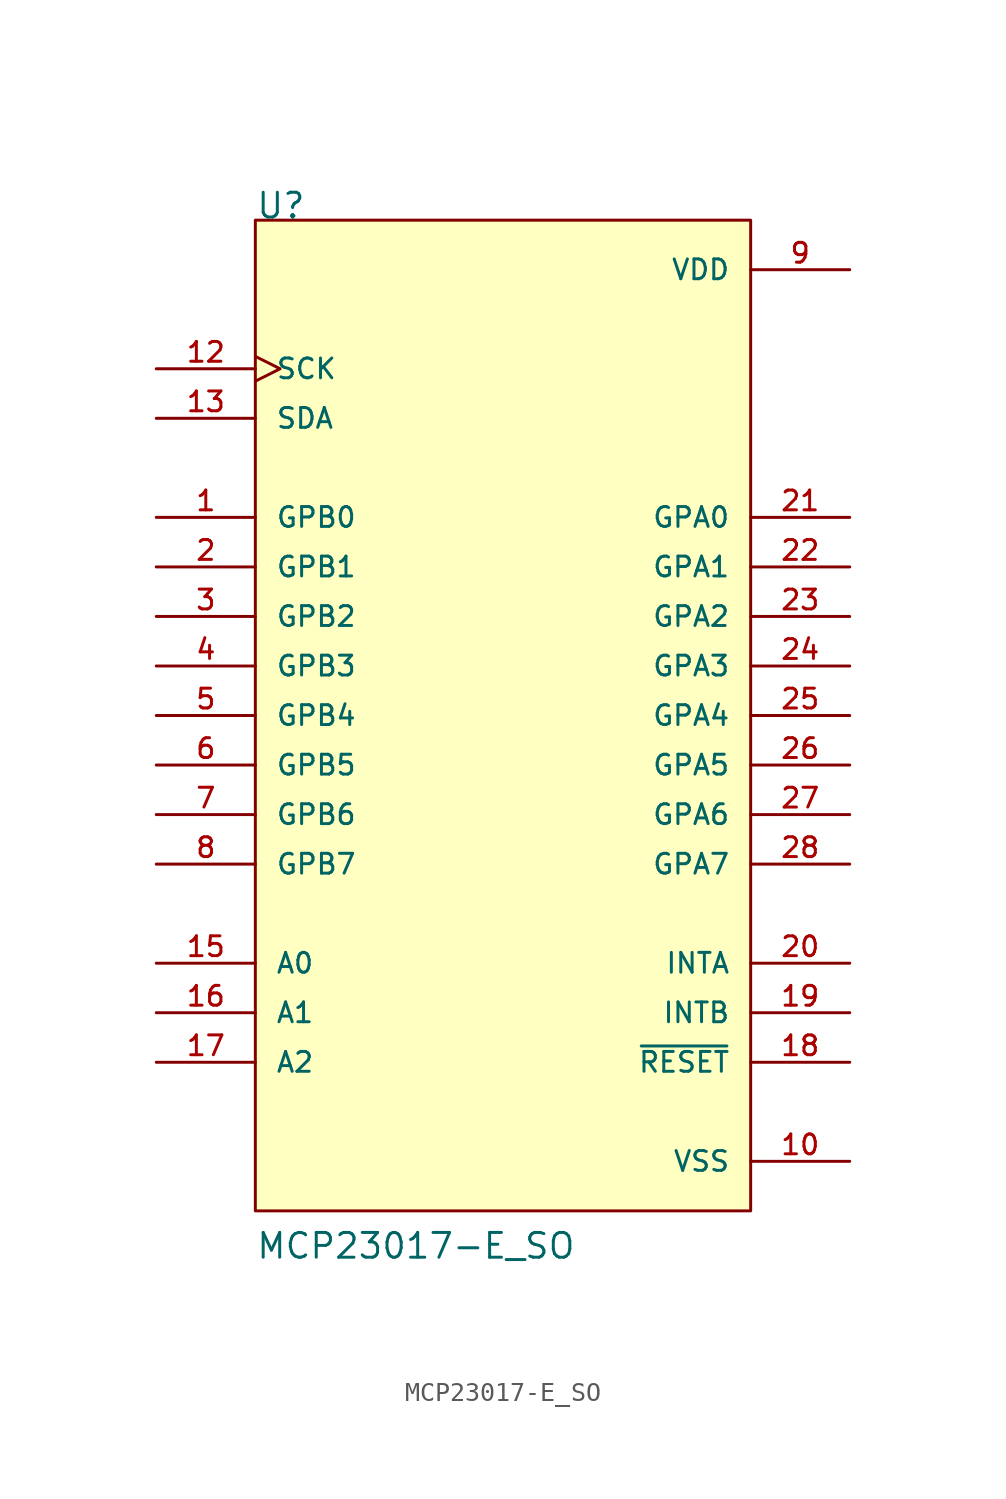
<source format=kicad_sym>
(kicad_symbol_lib
  (version 20231120)
  (generator "kicad_symbol_editor")
  (generator_version "8.0")
  (symbol "MCP23017-E_SO"
    (pin_names
      (offset 1.016))
    (property "Reference" "U"
      (at -12.7 25.4 0)
      (effects (font (size 1.27 1.27)) (justify left bottom)))
    (property "Value" "MCP23017-E_SO"
      (at -12.7 -27.94 0)
      (effects (font (size 1.27 1.27)) (justify left bottom)))
    (symbol "MCP23017-E_SO_0_0"
      (rectangle (start -12.7 25.4) (end 12.7 -25.4) (stroke (width 0.152) (type default)) (fill (type background)))
      (pin bidirectional line (at -17.78 10.16 0) (length 5.08) (name "GPB0" (effects (font (size 1.016 1.016)))) (number "1" (effects (font (size 1.016 1.016)))))
      (pin power_in line (at 17.78 -22.86 180) (length 5.08) (name "VSS" (effects (font (size 1.016 1.016)))) (number "10" (effects (font (size 1.016 1.016)))))
      (pin input clock (at -17.78 17.78 0) (length 5.08) (name "SCK" (effects (font (size 1.016 1.016)))) (number "12" (effects (font (size 1.016 1.016)))))
      (pin bidirectional line (at -17.78 15.24 0) (length 5.08) (name "SDA" (effects (font (size 1.016 1.016)))) (number "13" (effects (font (size 1.016 1.016)))))
      (pin input line (at -17.78 -12.7 0) (length 5.08) (name "A0" (effects (font (size 1.016 1.016)))) (number "15" (effects (font (size 1.016 1.016)))))
      (pin input line (at -17.78 -15.24 0) (length 5.08) (name "A1" (effects (font (size 1.016 1.016)))) (number "16" (effects (font (size 1.016 1.016)))))
      (pin input line (at -17.78 -17.78 0) (length 5.08) (name "A2" (effects (font (size 1.016 1.016)))) (number "17" (effects (font (size 1.016 1.016)))))
      (pin output line (at 17.78 -17.78 180) (length 5.08) (name "~{RESET}" (effects (font (size 1.016 1.016)))) (number "18" (effects (font (size 1.016 1.016)))))
      (pin output line (at 17.78 -15.24 180) (length 5.08) (name "INTB" (effects (font (size 1.016 1.016)))) (number "19" (effects (font (size 1.016 1.016)))))
      (pin bidirectional line (at -17.78 7.62 0) (length 5.08) (name "GPB1" (effects (font (size 1.016 1.016)))) (number "2" (effects (font (size 1.016 1.016)))))
      (pin output line (at 17.78 -12.7 180) (length 5.08) (name "INTA" (effects (font (size 1.016 1.016)))) (number "20" (effects (font (size 1.016 1.016)))))
      (pin bidirectional line (at 17.78 10.16 180) (length 5.08) (name "GPA0" (effects (font (size 1.016 1.016)))) (number "21" (effects (font (size 1.016 1.016)))))
      (pin bidirectional line (at 17.78 7.62 180) (length 5.08) (name "GPA1" (effects (font (size 1.016 1.016)))) (number "22" (effects (font (size 1.016 1.016)))))
      (pin bidirectional line (at 17.78 5.08 180) (length 5.08) (name "GPA2" (effects (font (size 1.016 1.016)))) (number "23" (effects (font (size 1.016 1.016)))))
      (pin bidirectional line (at 17.78 2.54 180) (length 5.08) (name "GPA3" (effects (font (size 1.016 1.016)))) (number "24" (effects (font (size 1.016 1.016)))))
      (pin bidirectional line (at 17.78 0 180) (length 5.08) (name "GPA4" (effects (font (size 1.016 1.016)))) (number "25" (effects (font (size 1.016 1.016)))))
      (pin bidirectional line (at 17.78 -2.54 180) (length 5.08) (name "GPA5" (effects (font (size 1.016 1.016)))) (number "26" (effects (font (size 1.016 1.016)))))
      (pin bidirectional line (at 17.78 -5.08 180) (length 5.08) (name "GPA6" (effects (font (size 1.016 1.016)))) (number "27" (effects (font (size 1.016 1.016)))))
      (pin bidirectional line (at 17.78 -7.62 180) (length 5.08) (name "GPA7" (effects (font (size 1.016 1.016)))) (number "28" (effects (font (size 1.016 1.016)))))
      (pin bidirectional line (at -17.78 5.08 0) (length 5.08) (name "GPB2" (effects (font (size 1.016 1.016)))) (number "3" (effects (font (size 1.016 1.016)))))
      (pin bidirectional line (at -17.78 2.54 0) (length 5.08) (name "GPB3" (effects (font (size 1.016 1.016)))) (number "4" (effects (font (size 1.016 1.016)))))
      (pin bidirectional line (at -17.78 0 0) (length 5.08) (name "GPB4" (effects (font (size 1.016 1.016)))) (number "5" (effects (font (size 1.016 1.016)))))
      (pin bidirectional line (at -17.78 -2.54 0) (length 5.08) (name "GPB5" (effects (font (size 1.016 1.016)))) (number "6" (effects (font (size 1.016 1.016)))))
      (pin bidirectional line (at -17.78 -5.08 0) (length 5.08) (name "GPB6" (effects (font (size 1.016 1.016)))) (number "7" (effects (font (size 1.016 1.016)))))
      (pin bidirectional line (at -17.78 -7.62 0) (length 5.08) (name "GPB7" (effects (font (size 1.016 1.016)))) (number "8" (effects (font (size 1.016 1.016)))))
      (pin power_in line (at 17.78 22.86 180) (length 5.08) (name "VDD" (effects (font (size 1.016 1.016)))) (number "9" (effects (font (size 1.016 1.016))))))))
</source>
